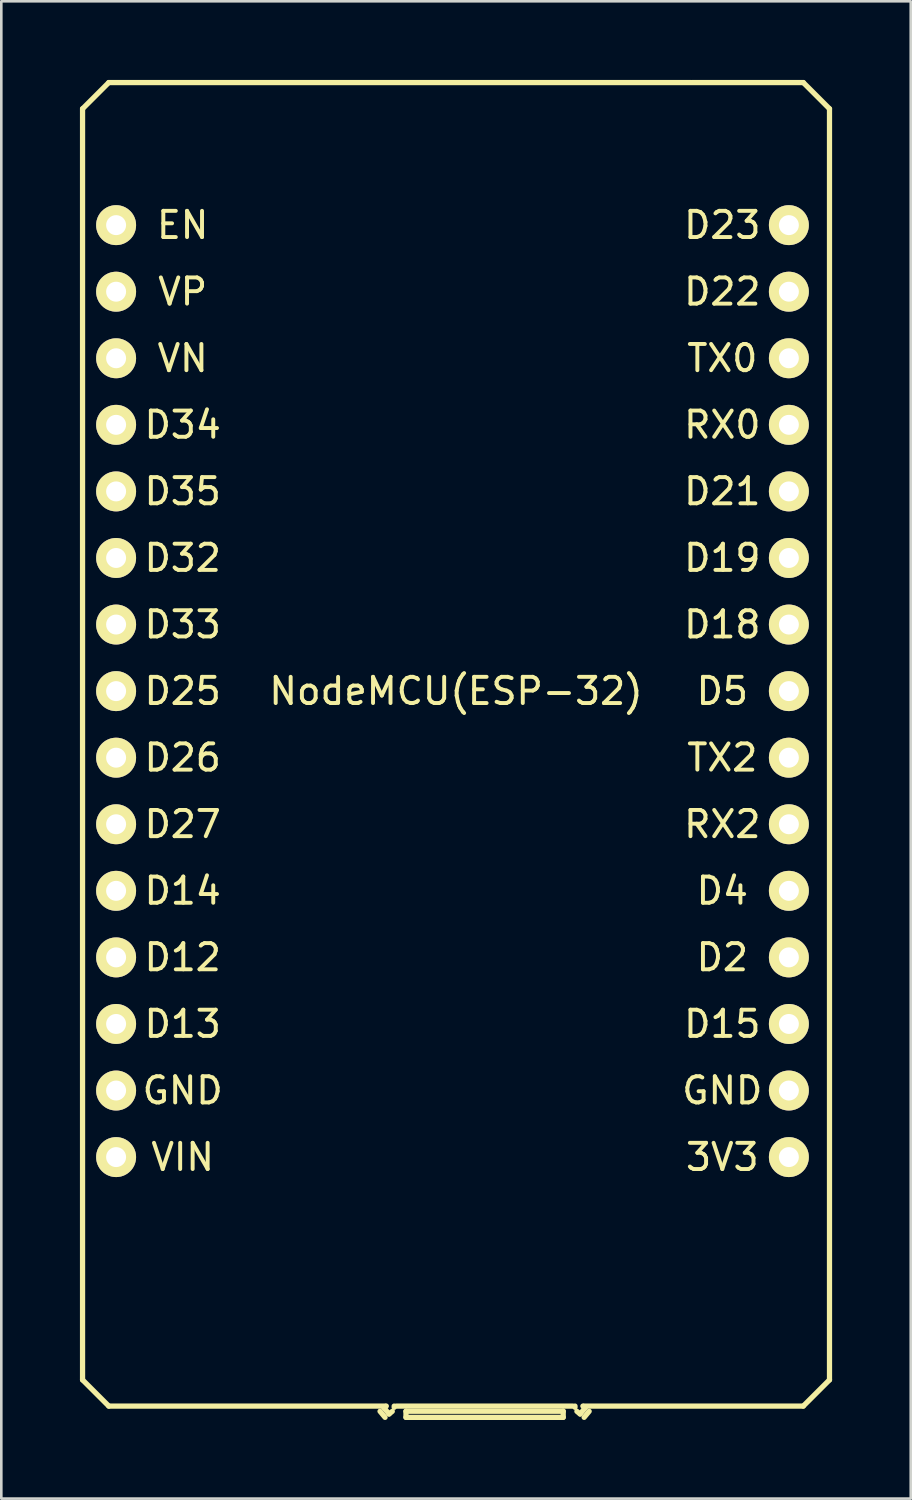
<source format=kicad_pcb>
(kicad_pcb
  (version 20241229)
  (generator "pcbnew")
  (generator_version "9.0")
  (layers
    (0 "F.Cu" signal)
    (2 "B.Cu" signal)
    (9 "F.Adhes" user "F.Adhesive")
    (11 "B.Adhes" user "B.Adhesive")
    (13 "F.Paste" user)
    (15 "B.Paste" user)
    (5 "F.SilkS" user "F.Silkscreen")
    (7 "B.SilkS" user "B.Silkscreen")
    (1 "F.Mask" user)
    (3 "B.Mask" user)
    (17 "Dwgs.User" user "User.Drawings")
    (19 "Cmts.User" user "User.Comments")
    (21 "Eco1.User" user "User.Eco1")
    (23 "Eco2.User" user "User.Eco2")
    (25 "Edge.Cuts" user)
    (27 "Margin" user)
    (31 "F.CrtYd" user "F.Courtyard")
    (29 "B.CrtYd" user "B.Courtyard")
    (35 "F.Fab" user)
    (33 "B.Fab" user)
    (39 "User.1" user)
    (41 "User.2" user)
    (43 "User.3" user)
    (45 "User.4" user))
  (footprint "NodeMCU(ESP-32)"
    (layer "F.Cu")
    (at 14.35 23.32)
    (property "Reference" "NodeMCU(ESP-32)" (at 0 0 0) (layer "F.SilkS") (effects (font (size 1 1) (thickness 0.15))))
    (attr through_hole)
    (fp_line (start -14.25 -22.22) (end -14.25 26.28) (stroke (width 0.2) (type solid)) (layer "F.SilkS"))
    (fp_line (start -14.25 26.28) (end -13.25 27.28) (stroke (width 0.2) (type solid)) (layer "F.SilkS"))
    (fp_line (start -13.25 -23.22) (end -14.25 -22.22) (stroke (width 0.2) (type solid)) (layer "F.SilkS"))
    (fp_line (start -13.25 27.28) (end -2.702 27.28) (stroke (width 0.2) (type solid)) (layer "F.SilkS"))
    (fp_line (start -2.746 27.351) (end -2.66 27.28) (stroke (width 0.2) (type solid)) (layer "F.SilkS"))
    (fp_line (start -2.746 27.351) (end -2.555 27.582) (stroke (width 0.2) (type solid)) (layer "F.SilkS"))
    (fp_line (start -2.708 27.71) (end -2.9 27.479) (stroke (width 0.2) (type solid)) (layer "F.SilkS"))
    (fp_line (start -2.432 27.481) (end -2.555 27.582) (stroke (width 0.2) (type solid)) (layer "F.SilkS"))
    (fp_line (start -2.36 27.28) (end -2.36 27.327) (stroke (width 0.2) (type solid)) (layer "F.SilkS"))
    (fp_line (start -2.272 27.28) (end 4.452 27.28) (stroke (width 0.2) (type solid)) (layer "F.SilkS"))
    (fp_line (start -1.91 27.476) (end -1.91 27.71) (stroke (width 0.2) (type solid)) (layer "F.SilkS"))
    (fp_line (start -1.91 27.476) (end 4.09 27.476) (stroke (width 0.2) (type solid)) (layer "F.SilkS"))
    (fp_line (start 4.09 27.71) (end -1.91 27.71) (stroke (width 0.2) (type solid)) (layer "F.SilkS"))
    (fp_line (start 4.09 27.71) (end 4.09 27.476) (stroke (width 0.2) (type solid)) (layer "F.SilkS"))
    (fp_line (start 4.54 27.327) (end 4.54 27.28) (stroke (width 0.2) (type solid)) (layer "F.SilkS"))
    (fp_line (start 4.735 27.582) (end 4.612 27.481) (stroke (width 0.2) (type solid)) (layer "F.SilkS"))
    (fp_line (start 4.735 27.582) (end 4.926 27.351) (stroke (width 0.2) (type solid)) (layer "F.SilkS"))
    (fp_line (start 4.84 27.28) (end 4.926 27.351) (stroke (width 0.2) (type solid)) (layer "F.SilkS"))
    (fp_line (start 4.882 27.28) (end 13.25 27.28) (stroke (width 0.2) (type solid)) (layer "F.SilkS"))
    (fp_line (start 5.08 27.479) (end 4.888 27.71) (stroke (width 0.2) (type solid)) (layer "F.SilkS"))
    (fp_line (start 8.965 -23.22) (end -13.25 -23.22) (stroke (width 0.2) (type solid)) (layer "F.SilkS"))
    (fp_line (start 13.25 -23.22) (end 9 -23.22) (stroke (width 0.2) (type solid)) (layer "F.SilkS"))
    (fp_line (start 13.25 27.28) (end 14.25 26.28) (stroke (width 0.2) (type solid)) (layer "F.SilkS"))
    (fp_line (start 14.25 -22.22) (end 13.25 -23.22) (stroke (width 0.2) (type solid)) (layer "F.SilkS"))
    (fp_line (start 14.25 26.28) (end 14.25 -22.22) (stroke (width 0.2) (type solid)) (layer "F.SilkS"))
    (fp_text user "TX0" (at 10.16 -12.7 0) (layer "F.SilkS") (effects (font (size 1 1) (thickness 0.15))))
    (fp_text user "D5" (at 10.16 0 0) (layer "F.SilkS") (effects (font (size 1 1) (thickness 0.15))))
    (fp_text user "D26" (at -10.43 2.54 0) (layer "F.SilkS") (effects (font (size 1 1) (thickness 0.15))))
    (fp_text user "D15" (at 10.16 12.7 0) (layer "F.SilkS") (effects (font (size 1 1) (thickness 0.15))))
    (fp_text user "3V3" (at 10.16 17.78 0) (layer "F.SilkS") (effects (font (size 1 1) (thickness 0.15))))
    (fp_text user "D27" (at -10.43 5.08 0) (layer "F.SilkS") (effects (font (size 1 1) (thickness 0.15))))
    (fp_text user "RX0" (at 10.16 -10.16 0) (layer "F.SilkS") (effects (font (size 1 1) (thickness 0.15))))
    (fp_text user "VP" (at -10.43 -15.24 0) (layer "F.SilkS") (effects (font (size 1 1) (thickness 0.15))))
    (fp_text user "VIN" (at -10.43 17.78 0) (layer "F.SilkS") (effects (font (size 1 1) (thickness 0.15))))
    (fp_text user "D32" (at -10.43 -5.08 0) (layer "F.SilkS") (effects (font (size 1 1) (thickness 0.15))))
    (fp_text user "EN" (at -10.43 -17.78 0) (layer "F.SilkS") (effects (font (size 1 1) (thickness 0.15))))
    (fp_text user "D18" (at 10.16 -2.54 0) (layer "F.SilkS") (effects (font (size 1 1) (thickness 0.15))))
    (fp_text user "D19" (at 10.16 -5.08 0) (layer "F.SilkS") (effects (font (size 1 1) (thickness 0.15))))
    (fp_text user "GND" (at -10.43 15.24 0) (layer "F.SilkS") (effects (font (size 1 1) (thickness 0.15))))
    (fp_text user "VN" (at -10.43 -12.7 0) (layer "F.SilkS") (effects (font (size 1 1) (thickness 0.15))))
    (fp_text user "D23" (at 10.16 -17.78 0) (layer "F.SilkS") (effects (font (size 1 1) (thickness 0.15))))
    (fp_text user "D35" (at -10.43 -7.62 0) (layer "F.SilkS") (effects (font (size 1 1) (thickness 0.15))))
    (fp_text user "D12" (at -10.43 10.16 0) (layer "F.SilkS") (effects (font (size 1 1) (thickness 0.15))))
    (fp_text user "D21" (at 10.16 -7.62 0) (layer "F.SilkS") (effects (font (size 1 1) (thickness 0.15))))
    (fp_text user "D34" (at -10.43 -10.16 0) (layer "F.SilkS") (effects (font (size 1 1) (thickness 0.15))))
    (fp_text user "D22" (at 10.16 -15.24 0) (layer "F.SilkS") (effects (font (size 1 1) (thickness 0.15))))
    (fp_text user "D13" (at -10.43 12.7 0) (layer "F.SilkS") (effects (font (size 1 1) (thickness 0.15))))
    (fp_text user "D14" (at -10.43 7.62 0) (layer "F.SilkS") (effects (font (size 1 1) (thickness 0.15))))
    (fp_text user "D25" (at -10.43 0 0) (layer "F.SilkS") (effects (font (size 1 1) (thickness 0.15))))
    (fp_text user "D33" (at -10.43 -2.54 0) (layer "F.SilkS") (effects (font (size 1 1) (thickness 0.15))))
    (fp_text user "D2" (at 10.16 10.16 0) (layer "F.SilkS") (effects (font (size 1 1) (thickness 0.15))))
    (fp_text user "TX2" (at 10.16 2.54 0) (layer "F.SilkS") (effects (font (size 1 1) (thickness 0.15))))
    (fp_text user "D4" (at 10.16 7.62 0) (layer "F.SilkS") (effects (font (size 1 1) (thickness 0.15))))
    (fp_text user "GND" (at 10.16 15.24 0) (layer "F.SilkS") (effects (font (size 1 1) (thickness 0.15))))
    (fp_text user "RX2" (at 10.16 5.08 0) (layer "F.SilkS") (effects (font (size 1 1) (thickness 0.15))))
    (pad "1" thru_hole circle (at -12.97 -17.78) (size 1.524 1.524) (drill 0.762) (layers "*.Cu" "*.Mask" "F.SilkS"))
    (pad "2" thru_hole circle (at -12.97 -15.24) (size 1.524 1.524) (drill 0.762) (layers "*.Cu" "*.Mask" "F.SilkS"))
    (pad "3" thru_hole circle (at -12.97 -12.7) (size 1.524 1.524) (drill 0.762) (layers "*.Cu" "*.Mask" "F.SilkS"))
    (pad "4" thru_hole circle (at -12.97 -10.16) (size 1.524 1.524) (drill 0.762) (layers "*.Cu" "*.Mask" "F.SilkS"))
    (pad "5" thru_hole circle (at -12.97 -7.62) (size 1.524 1.524) (drill 0.762) (layers "*.Cu" "*.Mask" "F.SilkS"))
    (pad "6" thru_hole circle (at -12.97 -5.08) (size 1.524 1.524) (drill 0.762) (layers "*.Cu" "*.Mask" "F.SilkS"))
    (pad "7" thru_hole circle (at -12.97 -2.54) (size 1.524 1.524) (drill 0.762) (layers "*.Cu" "*.Mask" "F.SilkS"))
    (pad "8" thru_hole circle (at -12.97 0) (size 1.524 1.524) (drill 0.762) (layers "*.Cu" "*.Mask" "F.SilkS"))
    (pad "9" thru_hole circle (at -12.97 2.54) (size 1.524 1.524) (drill 0.762) (layers "*.Cu" "*.Mask" "F.SilkS"))
    (pad "10" thru_hole circle (at -12.97 5.08) (size 1.524 1.524) (drill 0.762) (layers "*.Cu" "*.Mask" "F.SilkS"))
    (pad "11" thru_hole circle (at -12.97 7.62) (size 1.524 1.524) (drill 0.762) (layers "*.Cu" "*.Mask" "F.SilkS"))
    (pad "12" thru_hole circle (at -12.97 10.16) (size 1.524 1.524) (drill 0.762) (layers "*.Cu" "*.Mask" "F.SilkS"))
    (pad "13" thru_hole circle (at -12.97 12.7) (size 1.524 1.524) (drill 0.762) (layers "*.Cu" "*.Mask" "F.SilkS"))
    (pad "14" thru_hole circle (at -12.97 15.24) (size 1.524 1.524) (drill 0.762) (layers "*.Cu" "*.Mask" "F.SilkS"))
    (pad "15" thru_hole circle (at -12.97 17.78) (size 1.524 1.524) (drill 0.762) (layers "*.Cu" "*.Mask" "F.SilkS"))
    (pad "16" thru_hole circle (at 12.7 17.78) (size 1.524 1.524) (drill 0.762) (layers "*.Cu" "*.Mask" "F.SilkS"))
    (pad "17" thru_hole circle (at 12.7 15.24) (size 1.524 1.524) (drill 0.762) (layers "*.Cu" "*.Mask" "F.SilkS"))
    (pad "18" thru_hole circle (at 12.7 12.7) (size 1.524 1.524) (drill 0.762) (layers "*.Cu" "*.Mask" "F.SilkS"))
    (pad "19" thru_hole circle (at 12.7 10.16) (size 1.524 1.524) (drill 0.762) (layers "*.Cu" "*.Mask" "F.SilkS"))
    (pad "20" thru_hole circle (at 12.7 7.62) (size 1.524 1.524) (drill 0.762) (layers "*.Cu" "*.Mask" "F.SilkS"))
    (pad "21" thru_hole circle (at 12.7 5.08) (size 1.524 1.524) (drill 0.762) (layers "*.Cu" "*.Mask" "F.SilkS"))
    (pad "22" thru_hole circle (at 12.7 2.54) (size 1.524 1.524) (drill 0.762) (layers "*.Cu" "*.Mask" "F.SilkS"))
    (pad "23" thru_hole circle (at 12.7 0) (size 1.524 1.524) (drill 0.762) (layers "*.Cu" "*.Mask" "F.SilkS"))
    (pad "24" thru_hole circle (at 12.7 -2.54) (size 1.524 1.524) (drill 0.762) (layers "*.Cu" "*.Mask" "F.SilkS"))
    (pad "25" thru_hole circle (at 12.7 -5.08) (size 1.524 1.524) (drill 0.762) (layers "*.Cu" "*.Mask" "F.SilkS"))
    (pad "26" thru_hole circle (at 12.7 -7.62) (size 1.524 1.524) (drill 0.762) (layers "*.Cu" "*.Mask" "F.SilkS"))
    (pad "27" thru_hole circle (at 12.7 -10.16) (size 1.524 1.524) (drill 0.762) (layers "*.Cu" "*.Mask" "F.SilkS"))
    (pad "28" thru_hole circle (at 12.7 -12.7) (size 1.524 1.524) (drill 0.762) (layers "*.Cu" "*.Mask" "F.SilkS"))
    (pad "29" thru_hole circle (at 12.7 -15.24) (size 1.524 1.524) (drill 0.762) (layers "*.Cu" "*.Mask" "F.SilkS"))
    (pad "30" thru_hole circle (at 12.7 -17.78) (size 1.524 1.524) (drill 0.762) (layers "*.Cu" "*.Mask" "F.SilkS")))
  (gr_rect
    (start -3 -3)
    (end 31.7 54.13)
    (stroke (width 0.1) (type default))
    (fill no)
    (layer "Edge.Cuts")))
</source>
